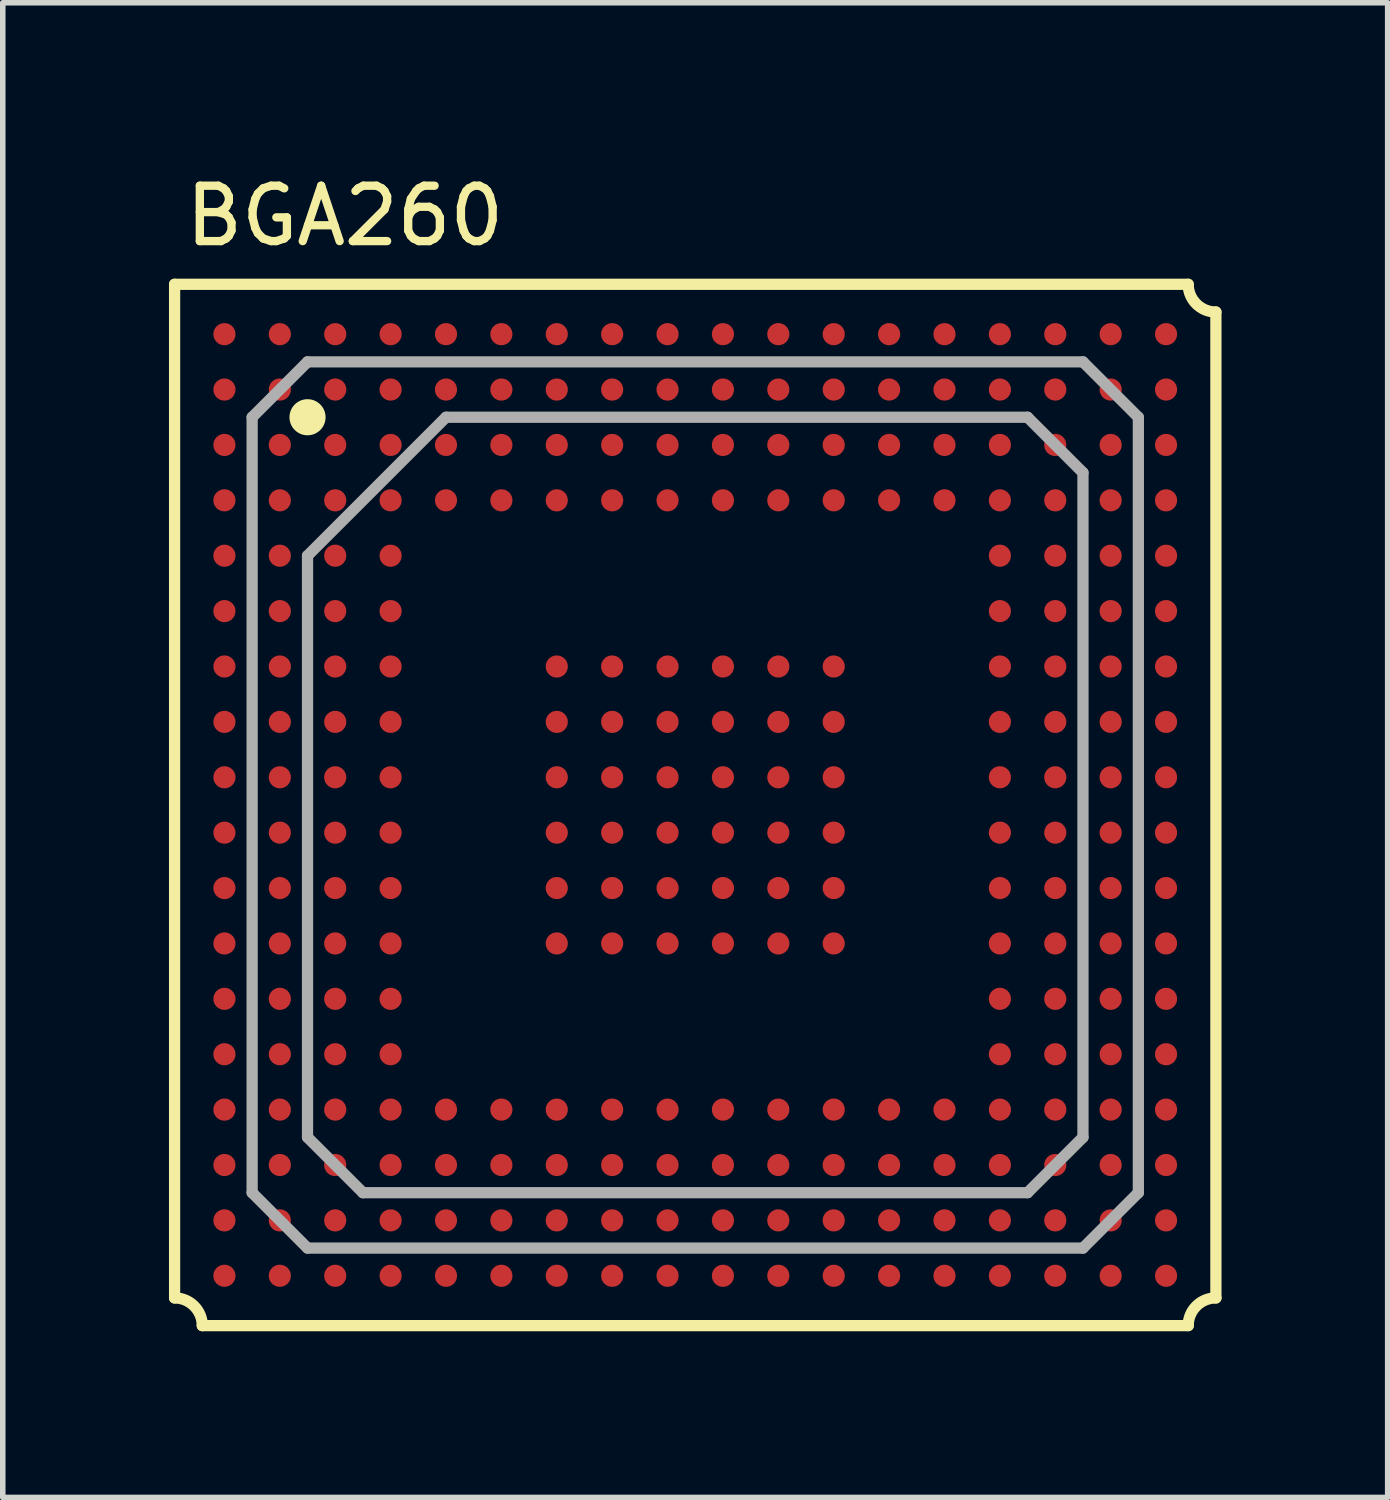
<source format=kicad_pcb>
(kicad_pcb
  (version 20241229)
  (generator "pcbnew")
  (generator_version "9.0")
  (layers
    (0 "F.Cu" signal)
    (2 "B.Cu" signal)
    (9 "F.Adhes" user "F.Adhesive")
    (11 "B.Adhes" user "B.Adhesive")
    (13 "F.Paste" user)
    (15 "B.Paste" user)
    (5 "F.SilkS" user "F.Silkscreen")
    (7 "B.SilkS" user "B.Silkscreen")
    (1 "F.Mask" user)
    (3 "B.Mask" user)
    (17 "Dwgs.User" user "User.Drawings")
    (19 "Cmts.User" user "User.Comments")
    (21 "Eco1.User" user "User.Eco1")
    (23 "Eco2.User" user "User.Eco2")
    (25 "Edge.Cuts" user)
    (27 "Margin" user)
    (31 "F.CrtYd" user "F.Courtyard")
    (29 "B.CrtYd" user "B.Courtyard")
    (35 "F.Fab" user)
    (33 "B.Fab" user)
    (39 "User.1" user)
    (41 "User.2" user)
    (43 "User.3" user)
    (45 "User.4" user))
  (footprint "BGA260"
    (layer "F.Cu")
    (at 9.502 11.483)
    (property "Reference" "BGA260" (at -6.325 -10.635 0) (layer "F.SilkS") (effects (font (size 1 1) (thickness 0.15))))
    (attr smd)
    (fp_circle (center -8.5 -8.5) (end -8.3 -8.5) (stroke (width 0) (type solid)) (fill yes) (layer "F.Mask"))
    (fp_circle (center -8.5 -7.5) (end -8.3 -7.5) (stroke (width 0) (type solid)) (fill yes) (layer "F.Mask"))
    (fp_circle (center -8.5 -6.5) (end -8.3 -6.5) (stroke (width 0) (type solid)) (fill yes) (layer "F.Mask"))
    (fp_circle (center -8.5 -5.5) (end -8.3 -5.5) (stroke (width 0) (type solid)) (fill yes) (layer "F.Mask"))
    (fp_circle (center -8.5 -4.5) (end -8.3 -4.5) (stroke (width 0) (type solid)) (fill yes) (layer "F.Mask"))
    (fp_circle (center -8.5 -3.5) (end -8.3 -3.5) (stroke (width 0) (type solid)) (fill yes) (layer "F.Mask"))
    (fp_circle (center -8.5 -2.5) (end -8.3 -2.5) (stroke (width 0) (type solid)) (fill yes) (layer "F.Mask"))
    (fp_circle (center -8.5 -1.5) (end -8.3 -1.5) (stroke (width 0) (type solid)) (fill yes) (layer "F.Mask"))
    (fp_circle (center -8.5 -0.5) (end -8.3 -0.5) (stroke (width 0) (type solid)) (fill yes) (layer "F.Mask"))
    (fp_circle (center -8.5 0.5) (end -8.3 0.5) (stroke (width 0) (type solid)) (fill yes) (layer "F.Mask"))
    (fp_circle (center -8.5 1.5) (end -8.3 1.5) (stroke (width 0) (type solid)) (fill yes) (layer "F.Mask"))
    (fp_circle (center -8.5 2.5) (end -8.3 2.5) (stroke (width 0) (type solid)) (fill yes) (layer "F.Mask"))
    (fp_circle (center -8.5 3.5) (end -8.3 3.5) (stroke (width 0) (type solid)) (fill yes) (layer "F.Mask"))
    (fp_circle (center -8.5 4.5) (end -8.3 4.5) (stroke (width 0) (type solid)) (fill yes) (layer "F.Mask"))
    (fp_circle (center -8.5 5.5) (end -8.3 5.5) (stroke (width 0) (type solid)) (fill yes) (layer "F.Mask"))
    (fp_circle (center -8.5 6.5) (end -8.3 6.5) (stroke (width 0) (type solid)) (fill yes) (layer "F.Mask"))
    (fp_circle (center -8.5 7.5) (end -8.3 7.5) (stroke (width 0) (type solid)) (fill yes) (layer "F.Mask"))
    (fp_circle (center -8.5 8.5) (end -8.3 8.5) (stroke (width 0) (type solid)) (fill yes) (layer "F.Mask"))
    (fp_circle (center -7.5 -8.5) (end -7.3 -8.5) (stroke (width 0) (type solid)) (fill yes) (layer "F.Mask"))
    (fp_circle (center -7.5 -7.5) (end -7.3 -7.5) (stroke (width 0) (type solid)) (fill yes) (layer "F.Mask"))
    (fp_circle (center -7.5 -6.5) (end -7.3 -6.5) (stroke (width 0) (type solid)) (fill yes) (layer "F.Mask"))
    (fp_circle (center -7.5 -5.5) (end -7.3 -5.5) (stroke (width 0) (type solid)) (fill yes) (layer "F.Mask"))
    (fp_circle (center -7.5 -4.5) (end -7.3 -4.5) (stroke (width 0) (type solid)) (fill yes) (layer "F.Mask"))
    (fp_circle (center -7.5 -3.5) (end -7.3 -3.5) (stroke (width 0) (type solid)) (fill yes) (layer "F.Mask"))
    (fp_circle (center -7.5 -2.5) (end -7.3 -2.5) (stroke (width 0) (type solid)) (fill yes) (layer "F.Mask"))
    (fp_circle (center -7.5 -1.5) (end -7.3 -1.5) (stroke (width 0) (type solid)) (fill yes) (layer "F.Mask"))
    (fp_circle (center -7.5 -0.5) (end -7.3 -0.5) (stroke (width 0) (type solid)) (fill yes) (layer "F.Mask"))
    (fp_circle (center -7.5 0.5) (end -7.3 0.5) (stroke (width 0) (type solid)) (fill yes) (layer "F.Mask"))
    (fp_circle (center -7.5 1.5) (end -7.3 1.5) (stroke (width 0) (type solid)) (fill yes) (layer "F.Mask"))
    (fp_circle (center -7.5 2.5) (end -7.3 2.5) (stroke (width 0) (type solid)) (fill yes) (layer "F.Mask"))
    (fp_circle (center -7.5 3.5) (end -7.3 3.5) (stroke (width 0) (type solid)) (fill yes) (layer "F.Mask"))
    (fp_circle (center -7.5 4.5) (end -7.3 4.5) (stroke (width 0) (type solid)) (fill yes) (layer "F.Mask"))
    (fp_circle (center -7.5 5.5) (end -7.3 5.5) (stroke (width 0) (type solid)) (fill yes) (layer "F.Mask"))
    (fp_circle (center -7.5 6.5) (end -7.3 6.5) (stroke (width 0) (type solid)) (fill yes) (layer "F.Mask"))
    (fp_circle (center -7.5 7.5) (end -7.3 7.5) (stroke (width 0) (type solid)) (fill yes) (layer "F.Mask"))
    (fp_circle (center -7.5 8.5) (end -7.3 8.5) (stroke (width 0) (type solid)) (fill yes) (layer "F.Mask"))
    (fp_circle (center -6.5 -8.5) (end -6.3 -8.5) (stroke (width 0) (type solid)) (fill yes) (layer "F.Mask"))
    (fp_circle (center -6.5 -7.5) (end -6.3 -7.5) (stroke (width 0) (type solid)) (fill yes) (layer "F.Mask"))
    (fp_circle (center -6.5 -6.5) (end -6.3 -6.5) (stroke (width 0) (type solid)) (fill yes) (layer "F.Mask"))
    (fp_circle (center -6.5 -5.5) (end -6.3 -5.5) (stroke (width 0) (type solid)) (fill yes) (layer "F.Mask"))
    (fp_circle (center -6.5 -4.5) (end -6.3 -4.5) (stroke (width 0) (type solid)) (fill yes) (layer "F.Mask"))
    (fp_circle (center -6.5 -3.5) (end -6.3 -3.5) (stroke (width 0) (type solid)) (fill yes) (layer "F.Mask"))
    (fp_circle (center -6.5 -2.5) (end -6.3 -2.5) (stroke (width 0) (type solid)) (fill yes) (layer "F.Mask"))
    (fp_circle (center -6.5 -1.5) (end -6.3 -1.5) (stroke (width 0) (type solid)) (fill yes) (layer "F.Mask"))
    (fp_circle (center -6.5 -0.5) (end -6.3 -0.5) (stroke (width 0) (type solid)) (fill yes) (layer "F.Mask"))
    (fp_circle (center -6.5 0.5) (end -6.3 0.5) (stroke (width 0) (type solid)) (fill yes) (layer "F.Mask"))
    (fp_circle (center -6.5 1.5) (end -6.3 1.5) (stroke (width 0) (type solid)) (fill yes) (layer "F.Mask"))
    (fp_circle (center -6.5 2.5) (end -6.3 2.5) (stroke (width 0) (type solid)) (fill yes) (layer "F.Mask"))
    (fp_circle (center -6.5 3.5) (end -6.3 3.5) (stroke (width 0) (type solid)) (fill yes) (layer "F.Mask"))
    (fp_circle (center -6.5 4.5) (end -6.3 4.5) (stroke (width 0) (type solid)) (fill yes) (layer "F.Mask"))
    (fp_circle (center -6.5 5.5) (end -6.3 5.5) (stroke (width 0) (type solid)) (fill yes) (layer "F.Mask"))
    (fp_circle (center -6.5 6.5) (end -6.3 6.5) (stroke (width 0) (type solid)) (fill yes) (layer "F.Mask"))
    (fp_circle (center -6.5 7.5) (end -6.3 7.5) (stroke (width 0) (type solid)) (fill yes) (layer "F.Mask"))
    (fp_circle (center -6.5 8.5) (end -6.3 8.5) (stroke (width 0) (type solid)) (fill yes) (layer "F.Mask"))
    (fp_circle (center -5.5 -8.5) (end -5.3 -8.5) (stroke (width 0) (type solid)) (fill yes) (layer "F.Mask"))
    (fp_circle (center -5.5 -7.5) (end -5.3 -7.5) (stroke (width 0) (type solid)) (fill yes) (layer "F.Mask"))
    (fp_circle (center -5.5 -6.5) (end -5.3 -6.5) (stroke (width 0) (type solid)) (fill yes) (layer "F.Mask"))
    (fp_circle (center -5.5 -5.5) (end -5.3 -5.5) (stroke (width 0) (type solid)) (fill yes) (layer "F.Mask"))
    (fp_circle (center -5.5 -4.5) (end -5.3 -4.5) (stroke (width 0) (type solid)) (fill yes) (layer "F.Mask"))
    (fp_circle (center -5.5 -3.5) (end -5.3 -3.5) (stroke (width 0) (type solid)) (fill yes) (layer "F.Mask"))
    (fp_circle (center -5.5 -2.5) (end -5.3 -2.5) (stroke (width 0) (type solid)) (fill yes) (layer "F.Mask"))
    (fp_circle (center -5.5 -1.5) (end -5.3 -1.5) (stroke (width 0) (type solid)) (fill yes) (layer "F.Mask"))
    (fp_circle (center -5.5 -0.5) (end -5.3 -0.5) (stroke (width 0) (type solid)) (fill yes) (layer "F.Mask"))
    (fp_circle (center -5.5 0.5) (end -5.3 0.5) (stroke (width 0) (type solid)) (fill yes) (layer "F.Mask"))
    (fp_circle (center -5.5 1.5) (end -5.3 1.5) (stroke (width 0) (type solid)) (fill yes) (layer "F.Mask"))
    (fp_circle (center -5.5 2.5) (end -5.3 2.5) (stroke (width 0) (type solid)) (fill yes) (layer "F.Mask"))
    (fp_circle (center -5.5 3.5) (end -5.3 3.5) (stroke (width 0) (type solid)) (fill yes) (layer "F.Mask"))
    (fp_circle (center -5.5 4.5) (end -5.3 4.5) (stroke (width 0) (type solid)) (fill yes) (layer "F.Mask"))
    (fp_circle (center -5.5 5.5) (end -5.3 5.5) (stroke (width 0) (type solid)) (fill yes) (layer "F.Mask"))
    (fp_circle (center -5.5 6.5) (end -5.3 6.5) (stroke (width 0) (type solid)) (fill yes) (layer "F.Mask"))
    (fp_circle (center -5.5 7.5) (end -5.3 7.5) (stroke (width 0) (type solid)) (fill yes) (layer "F.Mask"))
    (fp_circle (center -5.5 8.5) (end -5.3 8.5) (stroke (width 0) (type solid)) (fill yes) (layer "F.Mask"))
    (fp_circle (center -4.5 -8.5) (end -4.3 -8.5) (stroke (width 0) (type solid)) (fill yes) (layer "F.Mask"))
    (fp_circle (center -4.5 -7.5) (end -4.3 -7.5) (stroke (width 0) (type solid)) (fill yes) (layer "F.Mask"))
    (fp_circle (center -4.5 -6.5) (end -4.3 -6.5) (stroke (width 0) (type solid)) (fill yes) (layer "F.Mask"))
    (fp_circle (center -4.5 -5.5) (end -4.3 -5.5) (stroke (width 0) (type solid)) (fill yes) (layer "F.Mask"))
    (fp_circle (center -4.5 5.5) (end -4.3 5.5) (stroke (width 0) (type solid)) (fill yes) (layer "F.Mask"))
    (fp_circle (center -4.5 6.5) (end -4.3 6.5) (stroke (width 0) (type solid)) (fill yes) (layer "F.Mask"))
    (fp_circle (center -4.5 7.5) (end -4.3 7.5) (stroke (width 0) (type solid)) (fill yes) (layer "F.Mask"))
    (fp_circle (center -4.5 8.5) (end -4.3 8.5) (stroke (width 0) (type solid)) (fill yes) (layer "F.Mask"))
    (fp_circle (center -3.5 -8.5) (end -3.3 -8.5) (stroke (width 0) (type solid)) (fill yes) (layer "F.Mask"))
    (fp_circle (center -3.5 -7.5) (end -3.3 -7.5) (stroke (width 0) (type solid)) (fill yes) (layer "F.Mask"))
    (fp_circle (center -3.5 -6.5) (end -3.3 -6.5) (stroke (width 0) (type solid)) (fill yes) (layer "F.Mask"))
    (fp_circle (center -3.5 -5.5) (end -3.3 -5.5) (stroke (width 0) (type solid)) (fill yes) (layer "F.Mask"))
    (fp_circle (center -3.5 5.5) (end -3.3 5.5) (stroke (width 0) (type solid)) (fill yes) (layer "F.Mask"))
    (fp_circle (center -3.5 6.5) (end -3.3 6.5) (stroke (width 0) (type solid)) (fill yes) (layer "F.Mask"))
    (fp_circle (center -3.5 7.5) (end -3.3 7.5) (stroke (width 0) (type solid)) (fill yes) (layer "F.Mask"))
    (fp_circle (center -3.5 8.5) (end -3.3 8.5) (stroke (width 0) (type solid)) (fill yes) (layer "F.Mask"))
    (fp_circle (center -2.5 -8.5) (end -2.3 -8.5) (stroke (width 0) (type solid)) (fill yes) (layer "F.Mask"))
    (fp_circle (center -2.5 -7.5) (end -2.3 -7.5) (stroke (width 0) (type solid)) (fill yes) (layer "F.Mask"))
    (fp_circle (center -2.5 -6.5) (end -2.3 -6.5) (stroke (width 0) (type solid)) (fill yes) (layer "F.Mask"))
    (fp_circle (center -2.5 -5.5) (end -2.3 -5.5) (stroke (width 0) (type solid)) (fill yes) (layer "F.Mask"))
    (fp_circle (center -2.5 -2.5) (end -2.3 -2.5) (stroke (width 0) (type solid)) (fill yes) (layer "F.Mask"))
    (fp_circle (center -2.5 -1.5) (end -2.3 -1.5) (stroke (width 0) (type solid)) (fill yes) (layer "F.Mask"))
    (fp_circle (center -2.5 -0.5) (end -2.3 -0.5) (stroke (width 0) (type solid)) (fill yes) (layer "F.Mask"))
    (fp_circle (center -2.5 0.5) (end -2.3 0.5) (stroke (width 0) (type solid)) (fill yes) (layer "F.Mask"))
    (fp_circle (center -2.5 1.5) (end -2.3 1.5) (stroke (width 0) (type solid)) (fill yes) (layer "F.Mask"))
    (fp_circle (center -2.5 2.5) (end -2.3 2.5) (stroke (width 0) (type solid)) (fill yes) (layer "F.Mask"))
    (fp_circle (center -2.5 5.5) (end -2.3 5.5) (stroke (width 0) (type solid)) (fill yes) (layer "F.Mask"))
    (fp_circle (center -2.5 6.5) (end -2.3 6.5) (stroke (width 0) (type solid)) (fill yes) (layer "F.Mask"))
    (fp_circle (center -2.5 7.5) (end -2.3 7.5) (stroke (width 0) (type solid)) (fill yes) (layer "F.Mask"))
    (fp_circle (center -2.5 8.5) (end -2.3 8.5) (stroke (width 0) (type solid)) (fill yes) (layer "F.Mask"))
    (fp_circle (center -1.5 -8.5) (end -1.3 -8.5) (stroke (width 0) (type solid)) (fill yes) (layer "F.Mask"))
    (fp_circle (center -1.5 -7.5) (end -1.3 -7.5) (stroke (width 0) (type solid)) (fill yes) (layer "F.Mask"))
    (fp_circle (center -1.5 -6.5) (end -1.3 -6.5) (stroke (width 0) (type solid)) (fill yes) (layer "F.Mask"))
    (fp_circle (center -1.5 -5.5) (end -1.3 -5.5) (stroke (width 0) (type solid)) (fill yes) (layer "F.Mask"))
    (fp_circle (center -1.5 -2.5) (end -1.3 -2.5) (stroke (width 0) (type solid)) (fill yes) (layer "F.Mask"))
    (fp_circle (center -1.5 -1.5) (end -1.3 -1.5) (stroke (width 0) (type solid)) (fill yes) (layer "F.Mask"))
    (fp_circle (center -1.5 -0.5) (end -1.3 -0.5) (stroke (width 0) (type solid)) (fill yes) (layer "F.Mask"))
    (fp_circle (center -1.5 0.5) (end -1.3 0.5) (stroke (width 0) (type solid)) (fill yes) (layer "F.Mask"))
    (fp_circle (center -1.5 1.5) (end -1.3 1.5) (stroke (width 0) (type solid)) (fill yes) (layer "F.Mask"))
    (fp_circle (center -1.5 2.5) (end -1.3 2.5) (stroke (width 0) (type solid)) (fill yes) (layer "F.Mask"))
    (fp_circle (center -1.5 5.5) (end -1.3 5.5) (stroke (width 0) (type solid)) (fill yes) (layer "F.Mask"))
    (fp_circle (center -1.5 6.5) (end -1.3 6.5) (stroke (width 0) (type solid)) (fill yes) (layer "F.Mask"))
    (fp_circle (center -1.5 7.5) (end -1.3 7.5) (stroke (width 0) (type solid)) (fill yes) (layer "F.Mask"))
    (fp_circle (center -1.5 8.5) (end -1.3 8.5) (stroke (width 0) (type solid)) (fill yes) (layer "F.Mask"))
    (fp_circle (center -0.5 -8.5) (end -0.3 -8.5) (stroke (width 0) (type solid)) (fill yes) (layer "F.Mask"))
    (fp_circle (center -0.5 -7.5) (end -0.3 -7.5) (stroke (width 0) (type solid)) (fill yes) (layer "F.Mask"))
    (fp_circle (center -0.5 -6.5) (end -0.3 -6.5) (stroke (width 0) (type solid)) (fill yes) (layer "F.Mask"))
    (fp_circle (center -0.5 -5.5) (end -0.3 -5.5) (stroke (width 0) (type solid)) (fill yes) (layer "F.Mask"))
    (fp_circle (center -0.5 -2.5) (end -0.3 -2.5) (stroke (width 0) (type solid)) (fill yes) (layer "F.Mask"))
    (fp_circle (center -0.5 -1.5) (end -0.3 -1.5) (stroke (width 0) (type solid)) (fill yes) (layer "F.Mask"))
    (fp_circle (center -0.5 -0.5) (end -0.3 -0.5) (stroke (width 0) (type solid)) (fill yes) (layer "F.Mask"))
    (fp_circle (center -0.5 0.5) (end -0.3 0.5) (stroke (width 0) (type solid)) (fill yes) (layer "F.Mask"))
    (fp_circle (center -0.5 1.5) (end -0.3 1.5) (stroke (width 0) (type solid)) (fill yes) (layer "F.Mask"))
    (fp_circle (center -0.5 2.5) (end -0.3 2.5) (stroke (width 0) (type solid)) (fill yes) (layer "F.Mask"))
    (fp_circle (center -0.5 5.5) (end -0.3 5.5) (stroke (width 0) (type solid)) (fill yes) (layer "F.Mask"))
    (fp_circle (center -0.5 6.5) (end -0.3 6.5) (stroke (width 0) (type solid)) (fill yes) (layer "F.Mask"))
    (fp_circle (center -0.5 7.5) (end -0.3 7.5) (stroke (width 0) (type solid)) (fill yes) (layer "F.Mask"))
    (fp_circle (center -0.5 8.5) (end -0.3 8.5) (stroke (width 0) (type solid)) (fill yes) (layer "F.Mask"))
    (fp_circle (center 0.5 -8.5) (end 0.7 -8.5) (stroke (width 0) (type solid)) (fill yes) (layer "F.Mask"))
    (fp_circle (center 0.5 -7.5) (end 0.7 -7.5) (stroke (width 0) (type solid)) (fill yes) (layer "F.Mask"))
    (fp_circle (center 0.5 -6.5) (end 0.7 -6.5) (stroke (width 0) (type solid)) (fill yes) (layer "F.Mask"))
    (fp_circle (center 0.5 -5.5) (end 0.7 -5.5) (stroke (width 0) (type solid)) (fill yes) (layer "F.Mask"))
    (fp_circle (center 0.5 -2.5) (end 0.7 -2.5) (stroke (width 0) (type solid)) (fill yes) (layer "F.Mask"))
    (fp_circle (center 0.5 -1.5) (end 0.7 -1.5) (stroke (width 0) (type solid)) (fill yes) (layer "F.Mask"))
    (fp_circle (center 0.5 -0.5) (end 0.7 -0.5) (stroke (width 0) (type solid)) (fill yes) (layer "F.Mask"))
    (fp_circle (center 0.5 0.5) (end 0.7 0.5) (stroke (width 0) (type solid)) (fill yes) (layer "F.Mask"))
    (fp_circle (center 0.5 1.5) (end 0.7 1.5) (stroke (width 0) (type solid)) (fill yes) (layer "F.Mask"))
    (fp_circle (center 0.5 2.5) (end 0.7 2.5) (stroke (width 0) (type solid)) (fill yes) (layer "F.Mask"))
    (fp_circle (center 0.5 5.5) (end 0.7 5.5) (stroke (width 0) (type solid)) (fill yes) (layer "F.Mask"))
    (fp_circle (center 0.5 6.5) (end 0.7 6.5) (stroke (width 0) (type solid)) (fill yes) (layer "F.Mask"))
    (fp_circle (center 0.5 7.5) (end 0.7 7.5) (stroke (width 0) (type solid)) (fill yes) (layer "F.Mask"))
    (fp_circle (center 0.5 8.5) (end 0.7 8.5) (stroke (width 0) (type solid)) (fill yes) (layer "F.Mask"))
    (fp_circle (center 1.5 -8.5) (end 1.7 -8.5) (stroke (width 0) (type solid)) (fill yes) (layer "F.Mask"))
    (fp_circle (center 1.5 -7.5) (end 1.7 -7.5) (stroke (width 0) (type solid)) (fill yes) (layer "F.Mask"))
    (fp_circle (center 1.5 -6.5) (end 1.7 -6.5) (stroke (width 0) (type solid)) (fill yes) (layer "F.Mask"))
    (fp_circle (center 1.5 -5.5) (end 1.7 -5.5) (stroke (width 0) (type solid)) (fill yes) (layer "F.Mask"))
    (fp_circle (center 1.5 -2.5) (end 1.7 -2.5) (stroke (width 0) (type solid)) (fill yes) (layer "F.Mask"))
    (fp_circle (center 1.5 -1.5) (end 1.7 -1.5) (stroke (width 0) (type solid)) (fill yes) (layer "F.Mask"))
    (fp_circle (center 1.5 -0.5) (end 1.7 -0.5) (stroke (width 0) (type solid)) (fill yes) (layer "F.Mask"))
    (fp_circle (center 1.5 0.5) (end 1.7 0.5) (stroke (width 0) (type solid)) (fill yes) (layer "F.Mask"))
    (fp_circle (center 1.5 1.5) (end 1.7 1.5) (stroke (width 0) (type solid)) (fill yes) (layer "F.Mask"))
    (fp_circle (center 1.5 2.5) (end 1.7 2.5) (stroke (width 0) (type solid)) (fill yes) (layer "F.Mask"))
    (fp_circle (center 1.5 5.5) (end 1.7 5.5) (stroke (width 0) (type solid)) (fill yes) (layer "F.Mask"))
    (fp_circle (center 1.5 6.5) (end 1.7 6.5) (stroke (width 0) (type solid)) (fill yes) (layer "F.Mask"))
    (fp_circle (center 1.5 7.5) (end 1.7 7.5) (stroke (width 0) (type solid)) (fill yes) (layer "F.Mask"))
    (fp_circle (center 1.5 8.5) (end 1.7 8.5) (stroke (width 0) (type solid)) (fill yes) (layer "F.Mask"))
    (fp_circle (center 2.5 -8.5) (end 2.7 -8.5) (stroke (width 0) (type solid)) (fill yes) (layer "F.Mask"))
    (fp_circle (center 2.5 -7.5) (end 2.7 -7.5) (stroke (width 0) (type solid)) (fill yes) (layer "F.Mask"))
    (fp_circle (center 2.5 -6.5) (end 2.7 -6.5) (stroke (width 0) (type solid)) (fill yes) (layer "F.Mask"))
    (fp_circle (center 2.5 -5.5) (end 2.7 -5.5) (stroke (width 0) (type solid)) (fill yes) (layer "F.Mask"))
    (fp_circle (center 2.5 -2.5) (end 2.7 -2.5) (stroke (width 0) (type solid)) (fill yes) (layer "F.Mask"))
    (fp_circle (center 2.5 -1.5) (end 2.7 -1.5) (stroke (width 0) (type solid)) (fill yes) (layer "F.Mask"))
    (fp_circle (center 2.5 -0.5) (end 2.7 -0.5) (stroke (width 0) (type solid)) (fill yes) (layer "F.Mask"))
    (fp_circle (center 2.5 0.5) (end 2.7 0.5) (stroke (width 0) (type solid)) (fill yes) (layer "F.Mask"))
    (fp_circle (center 2.5 1.5) (end 2.7 1.5) (stroke (width 0) (type solid)) (fill yes) (layer "F.Mask"))
    (fp_circle (center 2.5 2.5) (end 2.7 2.5) (stroke (width 0) (type solid)) (fill yes) (layer "F.Mask"))
    (fp_circle (center 2.5 5.5) (end 2.7 5.5) (stroke (width 0) (type solid)) (fill yes) (layer "F.Mask"))
    (fp_circle (center 2.5 6.5) (end 2.7 6.5) (stroke (width 0) (type solid)) (fill yes) (layer "F.Mask"))
    (fp_circle (center 2.5 7.5) (end 2.7 7.5) (stroke (width 0) (type solid)) (fill yes) (layer "F.Mask"))
    (fp_circle (center 2.5 8.5) (end 2.7 8.5) (stroke (width 0) (type solid)) (fill yes) (layer "F.Mask"))
    (fp_circle (center 3.5 -8.5) (end 3.7 -8.5) (stroke (width 0) (type solid)) (fill yes) (layer "F.Mask"))
    (fp_circle (center 3.5 -7.5) (end 3.7 -7.5) (stroke (width 0) (type solid)) (fill yes) (layer "F.Mask"))
    (fp_circle (center 3.5 -6.5) (end 3.7 -6.5) (stroke (width 0) (type solid)) (fill yes) (layer "F.Mask"))
    (fp_circle (center 3.5 -5.5) (end 3.7 -5.5) (stroke (width 0) (type solid)) (fill yes) (layer "F.Mask"))
    (fp_circle (center 3.5 5.5) (end 3.7 5.5) (stroke (width 0) (type solid)) (fill yes) (layer "F.Mask"))
    (fp_circle (center 3.5 6.5) (end 3.7 6.5) (stroke (width 0) (type solid)) (fill yes) (layer "F.Mask"))
    (fp_circle (center 3.5 7.5) (end 3.7 7.5) (stroke (width 0) (type solid)) (fill yes) (layer "F.Mask"))
    (fp_circle (center 3.5 8.5) (end 3.7 8.5) (stroke (width 0) (type solid)) (fill yes) (layer "F.Mask"))
    (fp_circle (center 4.5 -8.5) (end 4.7 -8.5) (stroke (width 0) (type solid)) (fill yes) (layer "F.Mask"))
    (fp_circle (center 4.5 -7.5) (end 4.7 -7.5) (stroke (width 0) (type solid)) (fill yes) (layer "F.Mask"))
    (fp_circle (center 4.5 -6.5) (end 4.7 -6.5) (stroke (width 0) (type solid)) (fill yes) (layer "F.Mask"))
    (fp_circle (center 4.5 -5.5) (end 4.7 -5.5) (stroke (width 0) (type solid)) (fill yes) (layer "F.Mask"))
    (fp_circle (center 4.5 5.5) (end 4.7 5.5) (stroke (width 0) (type solid)) (fill yes) (layer "F.Mask"))
    (fp_circle (center 4.5 6.5) (end 4.7 6.5) (stroke (width 0) (type solid)) (fill yes) (layer "F.Mask"))
    (fp_circle (center 4.5 7.5) (end 4.7 7.5) (stroke (width 0) (type solid)) (fill yes) (layer "F.Mask"))
    (fp_circle (center 4.5 8.5) (end 4.7 8.5) (stroke (width 0) (type solid)) (fill yes) (layer "F.Mask"))
    (fp_circle (center 5.5 -8.5) (end 5.7 -8.5) (stroke (width 0) (type solid)) (fill yes) (layer "F.Mask"))
    (fp_circle (center 5.5 -7.5) (end 5.7 -7.5) (stroke (width 0) (type solid)) (fill yes) (layer "F.Mask"))
    (fp_circle (center 5.5 -6.5) (end 5.7 -6.5) (stroke (width 0) (type solid)) (fill yes) (layer "F.Mask"))
    (fp_circle (center 5.5 -5.5) (end 5.7 -5.5) (stroke (width 0) (type solid)) (fill yes) (layer "F.Mask"))
    (fp_circle (center 5.5 -4.5) (end 5.7 -4.5) (stroke (width 0) (type solid)) (fill yes) (layer "F.Mask"))
    (fp_circle (center 5.5 -3.5) (end 5.7 -3.5) (stroke (width 0) (type solid)) (fill yes) (layer "F.Mask"))
    (fp_circle (center 5.5 -2.5) (end 5.7 -2.5) (stroke (width 0) (type solid)) (fill yes) (layer "F.Mask"))
    (fp_circle (center 5.5 -1.5) (end 5.7 -1.5) (stroke (width 0) (type solid)) (fill yes) (layer "F.Mask"))
    (fp_circle (center 5.5 -0.5) (end 5.7 -0.5) (stroke (width 0) (type solid)) (fill yes) (layer "F.Mask"))
    (fp_circle (center 5.5 0.5) (end 5.7 0.5) (stroke (width 0) (type solid)) (fill yes) (layer "F.Mask"))
    (fp_circle (center 5.5 1.5) (end 5.7 1.5) (stroke (width 0) (type solid)) (fill yes) (layer "F.Mask"))
    (fp_circle (center 5.5 2.5) (end 5.7 2.5) (stroke (width 0) (type solid)) (fill yes) (layer "F.Mask"))
    (fp_circle (center 5.5 3.5) (end 5.7 3.5) (stroke (width 0) (type solid)) (fill yes) (layer "F.Mask"))
    (fp_circle (center 5.5 4.5) (end 5.7 4.5) (stroke (width 0) (type solid)) (fill yes) (layer "F.Mask"))
    (fp_circle (center 5.5 5.5) (end 5.7 5.5) (stroke (width 0) (type solid)) (fill yes) (layer "F.Mask"))
    (fp_circle (center 5.5 6.5) (end 5.7 6.5) (stroke (width 0) (type solid)) (fill yes) (layer "F.Mask"))
    (fp_circle (center 5.5 7.5) (end 5.7 7.5) (stroke (width 0) (type solid)) (fill yes) (layer "F.Mask"))
    (fp_circle (center 5.5 8.5) (end 5.7 8.5) (stroke (width 0) (type solid)) (fill yes) (layer "F.Mask"))
    (fp_circle (center 6.5 -8.5) (end 6.7 -8.5) (stroke (width 0) (type solid)) (fill yes) (layer "F.Mask"))
    (fp_circle (center 6.5 -7.5) (end 6.7 -7.5) (stroke (width 0) (type solid)) (fill yes) (layer "F.Mask"))
    (fp_circle (center 6.5 -6.5) (end 6.7 -6.5) (stroke (width 0) (type solid)) (fill yes) (layer "F.Mask"))
    (fp_circle (center 6.5 -5.5) (end 6.7 -5.5) (stroke (width 0) (type solid)) (fill yes) (layer "F.Mask"))
    (fp_circle (center 6.5 -4.5) (end 6.7 -4.5) (stroke (width 0) (type solid)) (fill yes) (layer "F.Mask"))
    (fp_circle (center 6.5 -3.5) (end 6.7 -3.5) (stroke (width 0) (type solid)) (fill yes) (layer "F.Mask"))
    (fp_circle (center 6.5 -2.5) (end 6.7 -2.5) (stroke (width 0) (type solid)) (fill yes) (layer "F.Mask"))
    (fp_circle (center 6.5 -1.5) (end 6.7 -1.5) (stroke (width 0) (type solid)) (fill yes) (layer "F.Mask"))
    (fp_circle (center 6.5 -0.5) (end 6.7 -0.5) (stroke (width 0) (type solid)) (fill yes) (layer "F.Mask"))
    (fp_circle (center 6.5 0.5) (end 6.7 0.5) (stroke (width 0) (type solid)) (fill yes) (layer "F.Mask"))
    (fp_circle (center 6.5 1.5) (end 6.7 1.5) (stroke (width 0) (type solid)) (fill yes) (layer "F.Mask"))
    (fp_circle (center 6.5 2.5) (end 6.7 2.5) (stroke (width 0) (type solid)) (fill yes) (layer "F.Mask"))
    (fp_circle (center 6.5 3.5) (end 6.7 3.5) (stroke (width 0) (type solid)) (fill yes) (layer "F.Mask"))
    (fp_circle (center 6.5 4.5) (end 6.7 4.5) (stroke (width 0) (type solid)) (fill yes) (layer "F.Mask"))
    (fp_circle (center 6.5 5.5) (end 6.7 5.5) (stroke (width 0) (type solid)) (fill yes) (layer "F.Mask"))
    (fp_circle (center 6.5 6.5) (end 6.7 6.5) (stroke (width 0) (type solid)) (fill yes) (layer "F.Mask"))
    (fp_circle (center 6.5 7.5) (end 6.7 7.5) (stroke (width 0) (type solid)) (fill yes) (layer "F.Mask"))
    (fp_circle (center 6.5 8.5) (end 6.7 8.5) (stroke (width 0) (type solid)) (fill yes) (layer "F.Mask"))
    (fp_circle (center 7.5 -8.5) (end 7.7 -8.5) (stroke (width 0) (type solid)) (fill yes) (layer "F.Mask"))
    (fp_circle (center 7.5 -7.5) (end 7.7 -7.5) (stroke (width 0) (type solid)) (fill yes) (layer "F.Mask"))
    (fp_circle (center 7.5 -6.5) (end 7.7 -6.5) (stroke (width 0) (type solid)) (fill yes) (layer "F.Mask"))
    (fp_circle (center 7.5 -5.5) (end 7.7 -5.5) (stroke (width 0) (type solid)) (fill yes) (layer "F.Mask"))
    (fp_circle (center 7.5 -4.5) (end 7.7 -4.5) (stroke (width 0) (type solid)) (fill yes) (layer "F.Mask"))
    (fp_circle (center 7.5 -3.5) (end 7.7 -3.5) (stroke (width 0) (type solid)) (fill yes) (layer "F.Mask"))
    (fp_circle (center 7.5 -2.5) (end 7.7 -2.5) (stroke (width 0) (type solid)) (fill yes) (layer "F.Mask"))
    (fp_circle (center 7.5 -1.5) (end 7.7 -1.5) (stroke (width 0) (type solid)) (fill yes) (layer "F.Mask"))
    (fp_circle (center 7.5 -0.5) (end 7.7 -0.5) (stroke (width 0) (type solid)) (fill yes) (layer "F.Mask"))
    (fp_circle (center 7.5 0.5) (end 7.7 0.5) (stroke (width 0) (type solid)) (fill yes) (layer "F.Mask"))
    (fp_circle (center 7.5 1.5) (end 7.7 1.5) (stroke (width 0) (type solid)) (fill yes) (layer "F.Mask"))
    (fp_circle (center 7.5 2.5) (end 7.7 2.5) (stroke (width 0) (type solid)) (fill yes) (layer "F.Mask"))
    (fp_circle (center 7.5 3.5) (end 7.7 3.5) (stroke (width 0) (type solid)) (fill yes) (layer "F.Mask"))
    (fp_circle (center 7.5 4.5) (end 7.7 4.5) (stroke (width 0) (type solid)) (fill yes) (layer "F.Mask"))
    (fp_circle (center 7.5 5.5) (end 7.7 5.5) (stroke (width 0) (type solid)) (fill yes) (layer "F.Mask"))
    (fp_circle (center 7.5 6.5) (end 7.7 6.5) (stroke (width 0) (type solid)) (fill yes) (layer "F.Mask"))
    (fp_circle (center 7.5 7.5) (end 7.7 7.5) (stroke (width 0) (type solid)) (fill yes) (layer "F.Mask"))
    (fp_circle (center 7.5 8.5) (end 7.7 8.5) (stroke (width 0) (type solid)) (fill yes) (layer "F.Mask"))
    (fp_circle (center 8.5 -8.5) (end 8.7 -8.5) (stroke (width 0) (type solid)) (fill yes) (layer "F.Mask"))
    (fp_circle (center 8.5 -7.5) (end 8.7 -7.5) (stroke (width 0) (type solid)) (fill yes) (layer "F.Mask"))
    (fp_circle (center 8.5 -6.5) (end 8.7 -6.5) (stroke (width 0) (type solid)) (fill yes) (layer "F.Mask"))
    (fp_circle (center 8.5 -5.5) (end 8.7 -5.5) (stroke (width 0) (type solid)) (fill yes) (layer "F.Mask"))
    (fp_circle (center 8.5 -4.5) (end 8.7 -4.5) (stroke (width 0) (type solid)) (fill yes) (layer "F.Mask"))
    (fp_circle (center 8.5 -3.5) (end 8.7 -3.5) (stroke (width 0) (type solid)) (fill yes) (layer "F.Mask"))
    (fp_circle (center 8.5 -2.5) (end 8.7 -2.5) (stroke (width 0) (type solid)) (fill yes) (layer "F.Mask"))
    (fp_circle (center 8.5 -1.5) (end 8.7 -1.5) (stroke (width 0) (type solid)) (fill yes) (layer "F.Mask"))
    (fp_circle (center 8.5 -0.5) (end 8.7 -0.5) (stroke (width 0) (type solid)) (fill yes) (layer "F.Mask"))
    (fp_circle (center 8.5 0.5) (end 8.7 0.5) (stroke (width 0) (type solid)) (fill yes) (layer "F.Mask"))
    (fp_circle (center 8.5 1.5) (end 8.7 1.5) (stroke (width 0) (type solid)) (fill yes) (layer "F.Mask"))
    (fp_circle (center 8.5 2.5) (end 8.7 2.5) (stroke (width 0) (type solid)) (fill yes) (layer "F.Mask"))
    (fp_circle (center 8.5 3.5) (end 8.7 3.5) (stroke (width 0) (type solid)) (fill yes) (layer "F.Mask"))
    (fp_circle (center 8.5 4.5) (end 8.7 4.5) (stroke (width 0) (type solid)) (fill yes) (layer "F.Mask"))
    (fp_circle (center 8.5 5.5) (end 8.7 5.5) (stroke (width 0) (type solid)) (fill yes) (layer "F.Mask"))
    (fp_circle (center 8.5 6.5) (end 8.7 6.5) (stroke (width 0) (type solid)) (fill yes) (layer "F.Mask"))
    (fp_circle (center 8.5 7.5) (end 8.7 7.5) (stroke (width 0) (type solid)) (fill yes) (layer "F.Mask"))
    (fp_circle (center 8.5 8.5) (end 8.7 8.5) (stroke (width 0) (type solid)) (fill yes) (layer "F.Mask"))
    (fp_line (start -9.4 -9.4) (end 8.9 -9.4) (stroke (width 0.203) (type solid)) (layer "F.SilkS"))
    (fp_line (start -9.4 8.9) (end -9.4 -9.4) (stroke (width 0.203) (type solid)) (layer "F.SilkS"))
    (fp_line (start 8.9 9.4) (end -8.9 9.4) (stroke (width 0.203) (type solid)) (layer "F.SilkS"))
    (fp_line (start 9.4 -8.9) (end 9.4 8.9) (stroke (width 0.203) (type solid)) (layer "F.SilkS"))
    (fp_arc (start -9.4 8.9) (mid -9.046447 9.046447) (end -8.9 9.4) (stroke (width 0.2032) (type solid)) (layer "F.SilkS"))
    (fp_arc (start 8.9 9.4) (mid 9.046447 9.046447) (end 9.4 8.9) (stroke (width 0.2032) (type solid)) (layer "F.SilkS"))
    (fp_arc (start 9.4 -8.9) (mid 9.046447 -9.046447) (end 8.9 -9.4) (stroke (width 0.2032) (type solid)) (layer "F.SilkS"))
    (fp_circle (center -7 -7) (end -6.674 -7) (stroke (width 0) (type solid)) (fill yes) (layer "F.SilkS"))
    (fp_line (start -8 -7) (end -8 7) (stroke (width 0.203) (type solid)) (layer "F.Fab"))
    (fp_line (start -8 7) (end -7 8) (stroke (width 0.203) (type solid)) (layer "F.Fab"))
    (fp_line (start -7 -8) (end -8 -7) (stroke (width 0.203) (type solid)) (layer "F.Fab"))
    (fp_line (start -7 -4.5) (end -4.5 -7) (stroke (width 0.203) (type solid)) (layer "F.Fab"))
    (fp_line (start -7 6) (end -7 -4.5) (stroke (width 0.203) (type solid)) (layer "F.Fab"))
    (fp_line (start -7 8) (end 7 8) (stroke (width 0.203) (type solid)) (layer "F.Fab"))
    (fp_line (start -6 7) (end -7 6) (stroke (width 0.203) (type solid)) (layer "F.Fab"))
    (fp_line (start -4.5 -7) (end 6 -7) (stroke (width 0.203) (type solid)) (layer "F.Fab"))
    (fp_line (start 6 -7) (end 7 -6) (stroke (width 0.203) (type solid)) (layer "F.Fab"))
    (fp_line (start 6 7) (end -6 7) (stroke (width 0.203) (type solid)) (layer "F.Fab"))
    (fp_line (start 7 -8) (end -7 -8) (stroke (width 0.203) (type solid)) (layer "F.Fab"))
    (fp_line (start 7 -6) (end 7 6) (stroke (width 0.203) (type solid)) (layer "F.Fab"))
    (fp_line (start 7 6) (end 6 7) (stroke (width 0.203) (type solid)) (layer "F.Fab"))
    (fp_line (start 7 8) (end 8 7) (stroke (width 0.203) (type solid)) (layer "F.Fab"))
    (fp_line (start 8 -7) (end 7 -8) (stroke (width 0.203) (type solid)) (layer "F.Fab"))
    (fp_line (start 8 7) (end 8 -7) (stroke (width 0.203) (type solid)) (layer "F.Fab"))
    (pad "A1" smd circle (at -8.5 -8.5) (size 0.4 0.4) (layers "F.Cu"))
    (pad "A2" smd circle (at -7.5 -8.5) (size 0.4 0.4) (layers "F.Cu"))
    (pad "A3" smd circle (at -6.5 -8.5) (size 0.4 0.4) (layers "F.Cu"))
    (pad "A4" smd circle (at -5.5 -8.5) (size 0.4 0.4) (layers "F.Cu"))
    (pad "A5" smd circle (at -4.5 -8.5) (size 0.4 0.4) (layers "F.Cu"))
    (pad "A6" smd circle (at -3.5 -8.5) (size 0.4 0.4) (layers "F.Cu"))
    (pad "A7" smd circle (at -2.5 -8.5) (size 0.4 0.4) (layers "F.Cu"))
    (pad "A8" smd circle (at -1.5 -8.5) (size 0.4 0.4) (layers "F.Cu"))
    (pad "A9" smd circle (at -0.5 -8.5) (size 0.4 0.4) (layers "F.Cu"))
    (pad "A10" smd circle (at 0.5 -8.5) (size 0.4 0.4) (layers "F.Cu"))
    (pad "A11" smd circle (at 1.5 -8.5) (size 0.4 0.4) (layers "F.Cu"))
    (pad "A12" smd circle (at 2.5 -8.5) (size 0.4 0.4) (layers "F.Cu"))
    (pad "A13" smd circle (at 3.5 -8.5) (size 0.4 0.4) (layers "F.Cu"))
    (pad "A14" smd circle (at 4.5 -8.5) (size 0.4 0.4) (layers "F.Cu"))
    (pad "A15" smd circle (at 5.5 -8.5) (size 0.4 0.4) (layers "F.Cu"))
    (pad "A16" smd circle (at 6.5 -8.5) (size 0.4 0.4) (layers "F.Cu"))
    (pad "A17" smd circle (at 7.5 -8.5) (size 0.4 0.4) (layers "F.Cu"))
    (pad "A18" smd circle (at 8.5 -8.5) (size 0.4 0.4) (layers "F.Cu"))
    (pad "B1" smd circle (at -8.5 -7.5) (size 0.4 0.4) (layers "F.Cu"))
    (pad "B2" smd circle (at -7.5 -7.5) (size 0.4 0.4) (layers "F.Cu"))
    (pad "B3" smd circle (at -6.5 -7.5) (size 0.4 0.4) (layers "F.Cu"))
    (pad "B4" smd circle (at -5.5 -7.5) (size 0.4 0.4) (layers "F.Cu"))
    (pad "B5" smd circle (at -4.5 -7.5) (size 0.4 0.4) (layers "F.Cu"))
    (pad "B6" smd circle (at -3.5 -7.5) (size 0.4 0.4) (layers "F.Cu"))
    (pad "B7" smd circle (at -2.5 -7.5) (size 0.4 0.4) (layers "F.Cu"))
    (pad "B8" smd circle (at -1.5 -7.5) (size 0.4 0.4) (layers "F.Cu"))
    (pad "B9" smd circle (at -0.5 -7.5) (size 0.4 0.4) (layers "F.Cu"))
    (pad "B10" smd circle (at 0.5 -7.5) (size 0.4 0.4) (layers "F.Cu"))
    (pad "B11" smd circle (at 1.5 -7.5) (size 0.4 0.4) (layers "F.Cu"))
    (pad "B12" smd circle (at 2.5 -7.5) (size 0.4 0.4) (layers "F.Cu"))
    (pad "B13" smd circle (at 3.5 -7.5) (size 0.4 0.4) (layers "F.Cu"))
    (pad "B14" smd circle (at 4.5 -7.5) (size 0.4 0.4) (layers "F.Cu"))
    (pad "B15" smd circle (at 5.5 -7.5) (size 0.4 0.4) (layers "F.Cu"))
    (pad "B16" smd circle (at 6.5 -7.5) (size 0.4 0.4) (layers "F.Cu"))
    (pad "B17" smd circle (at 7.5 -7.5) (size 0.4 0.4) (layers "F.Cu"))
    (pad "B18" smd circle (at 8.5 -7.5) (size 0.4 0.4) (layers "F.Cu"))
    (pad "C1" smd circle (at -8.5 -6.5) (size 0.4 0.4) (layers "F.Cu"))
    (pad "C2" smd circle (at -7.5 -6.5) (size 0.4 0.4) (layers "F.Cu"))
    (pad "C3" smd circle (at -6.5 -6.5) (size 0.4 0.4) (layers "F.Cu"))
    (pad "C4" smd circle (at -5.5 -6.5) (size 0.4 0.4) (layers "F.Cu"))
    (pad "C5" smd circle (at -4.5 -6.5) (size 0.4 0.4) (layers "F.Cu"))
    (pad "C6" smd circle (at -3.5 -6.5) (size 0.4 0.4) (layers "F.Cu"))
    (pad "C7" smd circle (at -2.5 -6.5) (size 0.4 0.4) (layers "F.Cu"))
    (pad "C8" smd circle (at -1.5 -6.5) (size 0.4 0.4) (layers "F.Cu"))
    (pad "C9" smd circle (at -0.5 -6.5) (size 0.4 0.4) (layers "F.Cu"))
    (pad "C10" smd circle (at 0.5 -6.5) (size 0.4 0.4) (layers "F.Cu"))
    (pad "C11" smd circle (at 1.5 -6.5) (size 0.4 0.4) (layers "F.Cu"))
    (pad "C12" smd circle (at 2.5 -6.5) (size 0.4 0.4) (layers "F.Cu"))
    (pad "C13" smd circle (at 3.5 -6.5) (size 0.4 0.4) (layers "F.Cu"))
    (pad "C14" smd circle (at 4.5 -6.5) (size 0.4 0.4) (layers "F.Cu"))
    (pad "C15" smd circle (at 5.5 -6.5) (size 0.4 0.4) (layers "F.Cu"))
    (pad "C16" smd circle (at 6.5 -6.5) (size 0.4 0.4) (layers "F.Cu"))
    (pad "C17" smd circle (at 7.5 -6.5) (size 0.4 0.4) (layers "F.Cu"))
    (pad "C18" smd circle (at 8.5 -6.5) (size 0.4 0.4) (layers "F.Cu"))
    (pad "D1" smd circle (at -8.5 -5.5) (size 0.4 0.4) (layers "F.Cu"))
    (pad "D2" smd circle (at -7.5 -5.5) (size 0.4 0.4) (layers "F.Cu"))
    (pad "D3" smd circle (at -6.5 -5.5) (size 0.4 0.4) (layers "F.Cu"))
    (pad "D4" smd circle (at -5.5 -5.5) (size 0.4 0.4) (layers "F.Cu"))
    (pad "D5" smd circle (at -4.5 -5.5) (size 0.4 0.4) (layers "F.Cu"))
    (pad "D6" smd circle (at -3.5 -5.5) (size 0.4 0.4) (layers "F.Cu"))
    (pad "D7" smd circle (at -2.5 -5.5) (size 0.4 0.4) (layers "F.Cu"))
    (pad "D8" smd circle (at -1.5 -5.5) (size 0.4 0.4) (layers "F.Cu"))
    (pad "D9" smd circle (at -0.5 -5.5) (size 0.4 0.4) (layers "F.Cu"))
    (pad "D10" smd circle (at 0.5 -5.5) (size 0.4 0.4) (layers "F.Cu"))
    (pad "D11" smd circle (at 1.5 -5.5) (size 0.4 0.4) (layers "F.Cu"))
    (pad "D12" smd circle (at 2.5 -5.5) (size 0.4 0.4) (layers "F.Cu"))
    (pad "D13" smd circle (at 3.5 -5.5) (size 0.4 0.4) (layers "F.Cu"))
    (pad "D14" smd circle (at 4.5 -5.5) (size 0.4 0.4) (layers "F.Cu"))
    (pad "D15" smd circle (at 5.5 -5.5) (size 0.4 0.4) (layers "F.Cu"))
    (pad "D16" smd circle (at 6.5 -5.5) (size 0.4 0.4) (layers "F.Cu"))
    (pad "D17" smd circle (at 7.5 -5.5) (size 0.4 0.4) (layers "F.Cu"))
    (pad "D18" smd circle (at 8.5 -5.5) (size 0.4 0.4) (layers "F.Cu"))
    (pad "E1" smd circle (at -8.5 -4.5) (size 0.4 0.4) (layers "F.Cu"))
    (pad "E2" smd circle (at -7.5 -4.5) (size 0.4 0.4) (layers "F.Cu"))
    (pad "E3" smd circle (at -6.5 -4.5) (size 0.4 0.4) (layers "F.Cu"))
    (pad "E4" smd circle (at -5.5 -4.5) (size 0.4 0.4) (layers "F.Cu"))
    (pad "E15" smd circle (at 5.5 -4.5) (size 0.4 0.4) (layers "F.Cu"))
    (pad "E16" smd circle (at 6.5 -4.5) (size 0.4 0.4) (layers "F.Cu"))
    (pad "E17" smd circle (at 7.5 -4.5) (size 0.4 0.4) (layers "F.Cu"))
    (pad "E18" smd circle (at 8.5 -4.5) (size 0.4 0.4) (layers "F.Cu"))
    (pad "F1" smd circle (at -8.5 -3.5) (size 0.4 0.4) (layers "F.Cu"))
    (pad "F2" smd circle (at -7.5 -3.5) (size 0.4 0.4) (layers "F.Cu"))
    (pad "F3" smd circle (at -6.5 -3.5) (size 0.4 0.4) (layers "F.Cu"))
    (pad "F4" smd circle (at -5.5 -3.5) (size 0.4 0.4) (layers "F.Cu"))
    (pad "F15" smd circle (at 5.5 -3.5) (size 0.4 0.4) (layers "F.Cu"))
    (pad "F16" smd circle (at 6.5 -3.5) (size 0.4 0.4) (layers "F.Cu"))
    (pad "F17" smd circle (at 7.5 -3.5) (size 0.4 0.4) (layers "F.Cu"))
    (pad "F18" smd circle (at 8.5 -3.5) (size 0.4 0.4) (layers "F.Cu"))
    (pad "G1" smd circle (at -8.5 -2.5) (size 0.4 0.4) (layers "F.Cu"))
    (pad "G2" smd circle (at -7.5 -2.5) (size 0.4 0.4) (layers "F.Cu"))
    (pad "G3" smd circle (at -6.5 -2.5) (size 0.4 0.4) (layers "F.Cu"))
    (pad "G4" smd circle (at -5.5 -2.5) (size 0.4 0.4) (layers "F.Cu"))
    (pad "G7" smd circle (at -2.5 -2.5) (size 0.4 0.4) (layers "F.Cu"))
    (pad "G8" smd circle (at -1.5 -2.5) (size 0.4 0.4) (layers "F.Cu"))
    (pad "G9" smd circle (at -0.5 -2.5) (size 0.4 0.4) (layers "F.Cu"))
    (pad "G10" smd circle (at 0.5 -2.5) (size 0.4 0.4) (layers "F.Cu"))
    (pad "G11" smd circle (at 1.5 -2.5) (size 0.4 0.4) (layers "F.Cu"))
    (pad "G12" smd circle (at 2.5 -2.5) (size 0.4 0.4) (layers "F.Cu"))
    (pad "G15" smd circle (at 5.5 -2.5) (size 0.4 0.4) (layers "F.Cu"))
    (pad "G16" smd circle (at 6.5 -2.5) (size 0.4 0.4) (layers "F.Cu"))
    (pad "G17" smd circle (at 7.5 -2.5) (size 0.4 0.4) (layers "F.Cu"))
    (pad "G18" smd circle (at 8.5 -2.5) (size 0.4 0.4) (layers "F.Cu"))
    (pad "H1" smd circle (at -8.5 -1.5) (size 0.4 0.4) (layers "F.Cu"))
    (pad "H2" smd circle (at -7.5 -1.5) (size 0.4 0.4) (layers "F.Cu"))
    (pad "H3" smd circle (at -6.5 -1.5) (size 0.4 0.4) (layers "F.Cu"))
    (pad "H4" smd circle (at -5.5 -1.5) (size 0.4 0.4) (layers "F.Cu"))
    (pad "H7" smd circle (at -2.5 -1.5) (size 0.4 0.4) (layers "F.Cu"))
    (pad "H8" smd circle (at -1.5 -1.5) (size 0.4 0.4) (layers "F.Cu"))
    (pad "H9" smd circle (at -0.5 -1.5) (size 0.4 0.4) (layers "F.Cu"))
    (pad "H10" smd circle (at 0.5 -1.5) (size 0.4 0.4) (layers "F.Cu"))
    (pad "H11" smd circle (at 1.5 -1.5) (size 0.4 0.4) (layers "F.Cu"))
    (pad "H12" smd circle (at 2.5 -1.5) (size 0.4 0.4) (layers "F.Cu"))
    (pad "H15" smd circle (at 5.5 -1.5) (size 0.4 0.4) (layers "F.Cu"))
    (pad "H16" smd circle (at 6.5 -1.5) (size 0.4 0.4) (layers "F.Cu"))
    (pad "H17" smd circle (at 7.5 -1.5) (size 0.4 0.4) (layers "F.Cu"))
    (pad "H18" smd circle (at 8.5 -1.5) (size 0.4 0.4) (layers "F.Cu"))
    (pad "J1" smd circle (at -8.5 -0.5) (size 0.4 0.4) (layers "F.Cu"))
    (pad "J2" smd circle (at -7.5 -0.5) (size 0.4 0.4) (layers "F.Cu"))
    (pad "J3" smd circle (at -6.5 -0.5) (size 0.4 0.4) (layers "F.Cu"))
    (pad "J4" smd circle (at -5.5 -0.5) (size 0.4 0.4) (layers "F.Cu"))
    (pad "J7" smd circle (at -2.5 -0.5) (size 0.4 0.4) (layers "F.Cu"))
    (pad "J8" smd circle (at -1.5 -0.5) (size 0.4 0.4) (layers "F.Cu"))
    (pad "J9" smd circle (at -0.5 -0.5) (size 0.4 0.4) (layers "F.Cu"))
    (pad "J10" smd circle (at 0.5 -0.5) (size 0.4 0.4) (layers "F.Cu"))
    (pad "J11" smd circle (at 1.5 -0.5) (size 0.4 0.4) (layers "F.Cu"))
    (pad "J12" smd circle (at 2.5 -0.5) (size 0.4 0.4) (layers "F.Cu"))
    (pad "J15" smd circle (at 5.5 -0.5) (size 0.4 0.4) (layers "F.Cu"))
    (pad "J16" smd circle (at 6.5 -0.5) (size 0.4 0.4) (layers "F.Cu"))
    (pad "J17" smd circle (at 7.5 -0.5) (size 0.4 0.4) (layers "F.Cu"))
    (pad "J18" smd circle (at 8.5 -0.5) (size 0.4 0.4) (layers "F.Cu"))
    (pad "K1" smd circle (at -8.5 0.5) (size 0.4 0.4) (layers "F.Cu"))
    (pad "K2" smd circle (at -7.5 0.5) (size 0.4 0.4) (layers "F.Cu"))
    (pad "K3" smd circle (at -6.5 0.5) (size 0.4 0.4) (layers "F.Cu"))
    (pad "K4" smd circle (at -5.5 0.5) (size 0.4 0.4) (layers "F.Cu"))
    (pad "K7" smd circle (at -2.5 0.5) (size 0.4 0.4) (layers "F.Cu"))
    (pad "K8" smd circle (at -1.5 0.5) (size 0.4 0.4) (layers "F.Cu"))
    (pad "K9" smd circle (at -0.5 0.5) (size 0.4 0.4) (layers "F.Cu"))
    (pad "K10" smd circle (at 0.5 0.5) (size 0.4 0.4) (layers "F.Cu"))
    (pad "K11" smd circle (at 1.5 0.5) (size 0.4 0.4) (layers "F.Cu"))
    (pad "K12" smd circle (at 2.5 0.5) (size 0.4 0.4) (layers "F.Cu"))
    (pad "K15" smd circle (at 5.5 0.5) (size 0.4 0.4) (layers "F.Cu"))
    (pad "K16" smd circle (at 6.5 0.5) (size 0.4 0.4) (layers "F.Cu"))
    (pad "K17" smd circle (at 7.5 0.5) (size 0.4 0.4) (layers "F.Cu"))
    (pad "K18" smd circle (at 8.5 0.5) (size 0.4 0.4) (layers "F.Cu"))
    (pad "L1" smd circle (at -8.5 1.5) (size 0.4 0.4) (layers "F.Cu"))
    (pad "L2" smd circle (at -7.5 1.5) (size 0.4 0.4) (layers "F.Cu"))
    (pad "L3" smd circle (at -6.5 1.5) (size 0.4 0.4) (layers "F.Cu"))
    (pad "L4" smd circle (at -5.5 1.5) (size 0.4 0.4) (layers "F.Cu"))
    (pad "L7" smd circle (at -2.5 1.5) (size 0.4 0.4) (layers "F.Cu"))
    (pad "L8" smd circle (at -1.5 1.5) (size 0.4 0.4) (layers "F.Cu"))
    (pad "L9" smd circle (at -0.5 1.5) (size 0.4 0.4) (layers "F.Cu"))
    (pad "L10" smd circle (at 0.5 1.5) (size 0.4 0.4) (layers "F.Cu"))
    (pad "L11" smd circle (at 1.5 1.5) (size 0.4 0.4) (layers "F.Cu"))
    (pad "L12" smd circle (at 2.5 1.5) (size 0.4 0.4) (layers "F.Cu"))
    (pad "L15" smd circle (at 5.5 1.5) (size 0.4 0.4) (layers "F.Cu"))
    (pad "L16" smd circle (at 6.5 1.5) (size 0.4 0.4) (layers "F.Cu"))
    (pad "L17" smd circle (at 7.5 1.5) (size 0.4 0.4) (layers "F.Cu"))
    (pad "L18" smd circle (at 8.5 1.5) (size 0.4 0.4) (layers "F.Cu"))
    (pad "M1" smd circle (at -8.5 2.5) (size 0.4 0.4) (layers "F.Cu"))
    (pad "M2" smd circle (at -7.5 2.5) (size 0.4 0.4) (layers "F.Cu"))
    (pad "M3" smd circle (at -6.5 2.5) (size 0.4 0.4) (layers "F.Cu"))
    (pad "M4" smd circle (at -5.5 2.5) (size 0.4 0.4) (layers "F.Cu"))
    (pad "M7" smd circle (at -2.5 2.5) (size 0.4 0.4) (layers "F.Cu"))
    (pad "M8" smd circle (at -1.5 2.5) (size 0.4 0.4) (layers "F.Cu"))
    (pad "M9" smd circle (at -0.5 2.5) (size 0.4 0.4) (layers "F.Cu"))
    (pad "M10" smd circle (at 0.5 2.5) (size 0.4 0.4) (layers "F.Cu"))
    (pad "M11" smd circle (at 1.5 2.5) (size 0.4 0.4) (layers "F.Cu"))
    (pad "M12" smd circle (at 2.5 2.5) (size 0.4 0.4) (layers "F.Cu"))
    (pad "M15" smd circle (at 5.5 2.5) (size 0.4 0.4) (layers "F.Cu"))
    (pad "M16" smd circle (at 6.5 2.5) (size 0.4 0.4) (layers "F.Cu"))
    (pad "M17" smd circle (at 7.5 2.5) (size 0.4 0.4) (layers "F.Cu"))
    (pad "M18" smd circle (at 8.5 2.5) (size 0.4 0.4) (layers "F.Cu"))
    (pad "N1" smd circle (at -8.5 3.5) (size 0.4 0.4) (layers "F.Cu"))
    (pad "N2" smd circle (at -7.5 3.5) (size 0.4 0.4) (layers "F.Cu"))
    (pad "N3" smd circle (at -6.5 3.5) (size 0.4 0.4) (layers "F.Cu"))
    (pad "N4" smd circle (at -5.5 3.5) (size 0.4 0.4) (layers "F.Cu"))
    (pad "N15" smd circle (at 5.5 3.5) (size 0.4 0.4) (layers "F.Cu"))
    (pad "N16" smd circle (at 6.5 3.5) (size 0.4 0.4) (layers "F.Cu"))
    (pad "N17" smd circle (at 7.5 3.5) (size 0.4 0.4) (layers "F.Cu"))
    (pad "N18" smd circle (at 8.5 3.5) (size 0.4 0.4) (layers "F.Cu"))
    (pad "P1" smd circle (at -8.5 4.5) (size 0.4 0.4) (layers "F.Cu"))
    (pad "P2" smd circle (at -7.5 4.5) (size 0.4 0.4) (layers "F.Cu"))
    (pad "P3" smd circle (at -6.5 4.5) (size 0.4 0.4) (layers "F.Cu"))
    (pad "P4" smd circle (at -5.5 4.5) (size 0.4 0.4) (layers "F.Cu"))
    (pad "P15" smd circle (at 5.5 4.5) (size 0.4 0.4) (layers "F.Cu"))
    (pad "P16" smd circle (at 6.5 4.5) (size 0.4 0.4) (layers "F.Cu"))
    (pad "P17" smd circle (at 7.5 4.5) (size 0.4 0.4) (layers "F.Cu"))
    (pad "P18" smd circle (at 8.5 4.5) (size 0.4 0.4) (layers "F.Cu"))
    (pad "R1" smd circle (at -8.5 5.5) (size 0.4 0.4) (layers "F.Cu"))
    (pad "R2" smd circle (at -7.5 5.5) (size 0.4 0.4) (layers "F.Cu"))
    (pad "R3" smd circle (at -6.5 5.5) (size 0.4 0.4) (layers "F.Cu"))
    (pad "R4" smd circle (at -5.5 5.5) (size 0.4 0.4) (layers "F.Cu"))
    (pad "R5" smd circle (at -4.5 5.5) (size 0.4 0.4) (layers "F.Cu"))
    (pad "R6" smd circle (at -3.5 5.5) (size 0.4 0.4) (layers "F.Cu"))
    (pad "R7" smd circle (at -2.5 5.5) (size 0.4 0.4) (layers "F.Cu"))
    (pad "R8" smd circle (at -1.5 5.5) (size 0.4 0.4) (layers "F.Cu"))
    (pad "R9" smd circle (at -0.5 5.5) (size 0.4 0.4) (layers "F.Cu"))
    (pad "R10" smd circle (at 0.5 5.5) (size 0.4 0.4) (layers "F.Cu"))
    (pad "R11" smd circle (at 1.5 5.5) (size 0.4 0.4) (layers "F.Cu"))
    (pad "R12" smd circle (at 2.5 5.5) (size 0.4 0.4) (layers "F.Cu"))
    (pad "R13" smd circle (at 3.5 5.5) (size 0.4 0.4) (layers "F.Cu"))
    (pad "R14" smd circle (at 4.5 5.5) (size 0.4 0.4) (layers "F.Cu"))
    (pad "R15" smd circle (at 5.5 5.5) (size 0.4 0.4) (layers "F.Cu"))
    (pad "R16" smd circle (at 6.5 5.5) (size 0.4 0.4) (layers "F.Cu"))
    (pad "R17" smd circle (at 7.5 5.5) (size 0.4 0.4) (layers "F.Cu"))
    (pad "R18" smd circle (at 8.5 5.5) (size 0.4 0.4) (layers "F.Cu"))
    (pad "T1" smd circle (at -8.5 6.5) (size 0.4 0.4) (layers "F.Cu"))
    (pad "T2" smd circle (at -7.5 6.5) (size 0.4 0.4) (layers "F.Cu"))
    (pad "T3" smd circle (at -6.5 6.5) (size 0.4 0.4) (layers "F.Cu"))
    (pad "T4" smd circle (at -5.5 6.5) (size 0.4 0.4) (layers "F.Cu"))
    (pad "T5" smd circle (at -4.5 6.5) (size 0.4 0.4) (layers "F.Cu"))
    (pad "T6" smd circle (at -3.5 6.5) (size 0.4 0.4) (layers "F.Cu"))
    (pad "T7" smd circle (at -2.5 6.5) (size 0.4 0.4) (layers "F.Cu"))
    (pad "T8" smd circle (at -1.5 6.5) (size 0.4 0.4) (layers "F.Cu"))
    (pad "T9" smd circle (at -0.5 6.5) (size 0.4 0.4) (layers "F.Cu"))
    (pad "T10" smd circle (at 0.5 6.5) (size 0.4 0.4) (layers "F.Cu"))
    (pad "T11" smd circle (at 1.5 6.5) (size 0.4 0.4) (layers "F.Cu"))
    (pad "T12" smd circle (at 2.5 6.5) (size 0.4 0.4) (layers "F.Cu"))
    (pad "T13" smd circle (at 3.5 6.5) (size 0.4 0.4) (layers "F.Cu"))
    (pad "T14" smd circle (at 4.5 6.5) (size 0.4 0.4) (layers "F.Cu"))
    (pad "T15" smd circle (at 5.5 6.5) (size 0.4 0.4) (layers "F.Cu"))
    (pad "T16" smd circle (at 6.5 6.5) (size 0.4 0.4) (layers "F.Cu"))
    (pad "T17" smd circle (at 7.5 6.5) (size 0.4 0.4) (layers "F.Cu"))
    (pad "T18" smd circle (at 8.5 6.5) (size 0.4 0.4) (layers "F.Cu"))
    (pad "U1" smd circle (at -8.5 7.5) (size 0.4 0.4) (layers "F.Cu"))
    (pad "U2" smd circle (at -7.5 7.5) (size 0.4 0.4) (layers "F.Cu"))
    (pad "U3" smd circle (at -6.5 7.5) (size 0.4 0.4) (layers "F.Cu"))
    (pad "U4" smd circle (at -5.5 7.5) (size 0.4 0.4) (layers "F.Cu"))
    (pad "U5" smd circle (at -4.5 7.5) (size 0.4 0.4) (layers "F.Cu"))
    (pad "U6" smd circle (at -3.5 7.5) (size 0.4 0.4) (layers "F.Cu"))
    (pad "U7" smd circle (at -2.5 7.5) (size 0.4 0.4) (layers "F.Cu"))
    (pad "U8" smd circle (at -1.5 7.5) (size 0.4 0.4) (layers "F.Cu"))
    (pad "U9" smd circle (at -0.5 7.5) (size 0.4 0.4) (layers "F.Cu"))
    (pad "U10" smd circle (at 0.5 7.5) (size 0.4 0.4) (layers "F.Cu"))
    (pad "U11" smd circle (at 1.5 7.5) (size 0.4 0.4) (layers "F.Cu"))
    (pad "U12" smd circle (at 2.5 7.5) (size 0.4 0.4) (layers "F.Cu"))
    (pad "U13" smd circle (at 3.5 7.5) (size 0.4 0.4) (layers "F.Cu"))
    (pad "U14" smd circle (at 4.5 7.5) (size 0.4 0.4) (layers "F.Cu"))
    (pad "U15" smd circle (at 5.5 7.5) (size 0.4 0.4) (layers "F.Cu"))
    (pad "U16" smd circle (at 6.5 7.5) (size 0.4 0.4) (layers "F.Cu"))
    (pad "U17" smd circle (at 7.5 7.5) (size 0.4 0.4) (layers "F.Cu"))
    (pad "U18" smd circle (at 8.5 7.5) (size 0.4 0.4) (layers "F.Cu"))
    (pad "V1" smd circle (at -8.5 8.5) (size 0.4 0.4) (layers "F.Cu"))
    (pad "V2" smd circle (at -7.5 8.5) (size 0.4 0.4) (layers "F.Cu"))
    (pad "V3" smd circle (at -6.5 8.5) (size 0.4 0.4) (layers "F.Cu"))
    (pad "V4" smd circle (at -5.5 8.5) (size 0.4 0.4) (layers "F.Cu"))
    (pad "V5" smd circle (at -4.5 8.5) (size 0.4 0.4) (layers "F.Cu"))
    (pad "V6" smd circle (at -3.5 8.5) (size 0.4 0.4) (layers "F.Cu"))
    (pad "V7" smd circle (at -2.5 8.5) (size 0.4 0.4) (layers "F.Cu"))
    (pad "V8" smd circle (at -1.5 8.5) (size 0.4 0.4) (layers "F.Cu"))
    (pad "V9" smd circle (at -0.5 8.5) (size 0.4 0.4) (layers "F.Cu"))
    (pad "V10" smd circle (at 0.5 8.5) (size 0.4 0.4) (layers "F.Cu"))
    (pad "V11" smd circle (at 1.5 8.5) (size 0.4 0.4) (layers "F.Cu"))
    (pad "V12" smd circle (at 2.5 8.5) (size 0.4 0.4) (layers "F.Cu"))
    (pad "V13" smd circle (at 3.5 8.5) (size 0.4 0.4) (layers "F.Cu"))
    (pad "V14" smd circle (at 4.5 8.5) (size 0.4 0.4) (layers "F.Cu"))
    (pad "V15" smd circle (at 5.5 8.5) (size 0.4 0.4) (layers "F.Cu"))
    (pad "V16" smd circle (at 6.5 8.5) (size 0.4 0.4) (layers "F.Cu"))
    (pad "V17" smd circle (at 7.5 8.5) (size 0.4 0.4) (layers "F.Cu"))
    (pad "V18" smd circle (at 8.5 8.5) (size 0.4 0.4) (layers "F.Cu")))
  (gr_rect
    (start -3 -3)
    (end 22.003 23.985)
    (stroke (width 0.1) (type default))
    (fill no)
    (layer "Edge.Cuts")))
</source>
